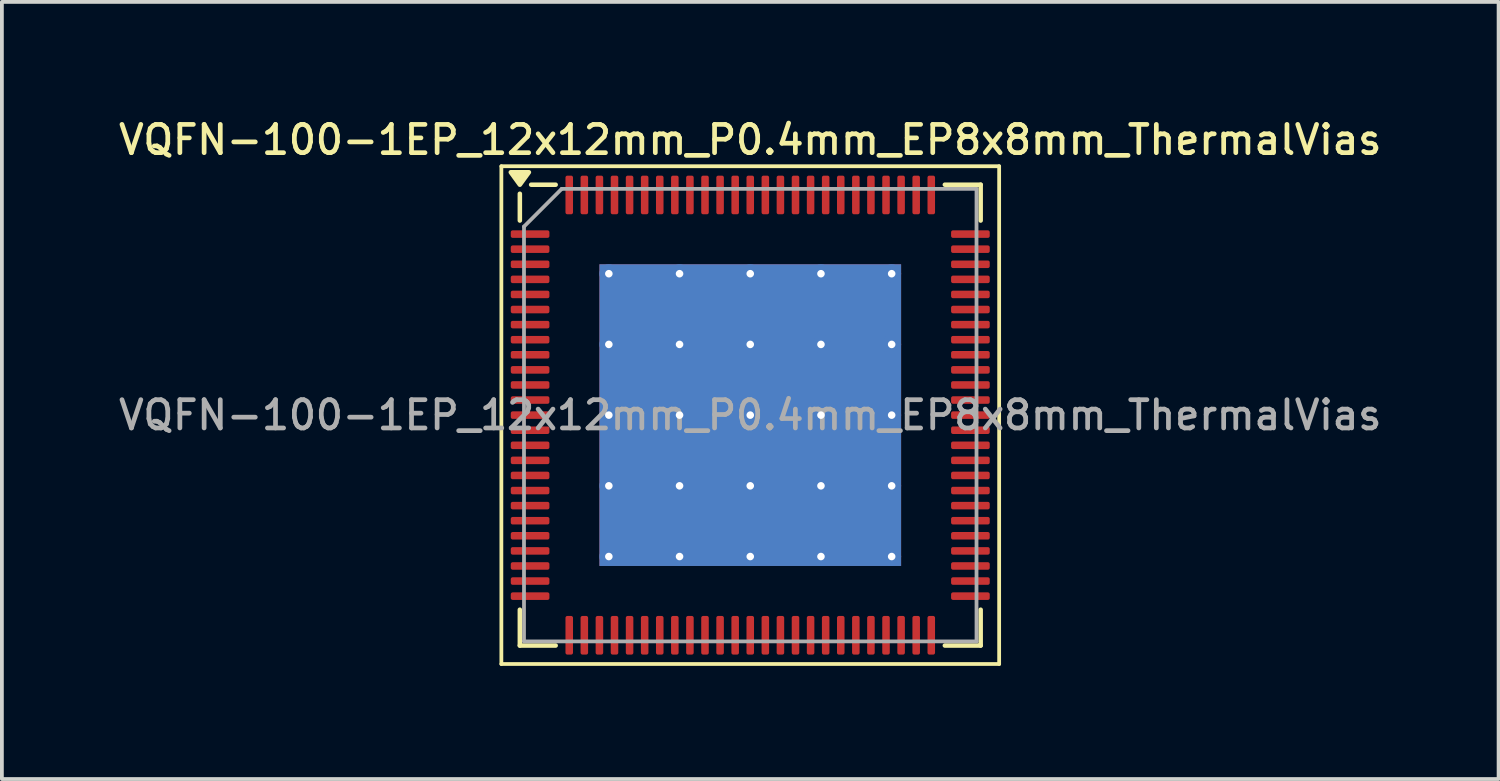
<source format=kicad_pcb>
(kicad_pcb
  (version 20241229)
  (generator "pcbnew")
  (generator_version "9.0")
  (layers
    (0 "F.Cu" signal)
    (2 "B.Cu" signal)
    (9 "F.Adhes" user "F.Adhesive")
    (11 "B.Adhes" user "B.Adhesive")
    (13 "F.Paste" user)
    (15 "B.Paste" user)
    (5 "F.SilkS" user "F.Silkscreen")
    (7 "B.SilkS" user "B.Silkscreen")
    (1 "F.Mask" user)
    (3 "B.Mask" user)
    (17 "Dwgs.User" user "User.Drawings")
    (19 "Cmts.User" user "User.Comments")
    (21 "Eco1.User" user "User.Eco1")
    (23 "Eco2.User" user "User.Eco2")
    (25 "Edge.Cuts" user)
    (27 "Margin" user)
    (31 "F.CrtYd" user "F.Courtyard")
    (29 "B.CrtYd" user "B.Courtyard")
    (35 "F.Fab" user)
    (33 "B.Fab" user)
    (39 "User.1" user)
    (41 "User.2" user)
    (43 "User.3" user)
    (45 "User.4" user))
  (footprint "VQFN-100-1EP_12x12mm_P0.4mm_EP8x8mm_ThermalVias"
    (layer "F.Cu")
    (at 16.845 7.958)
    (property "Reference" "VQFN-100-1EP_12x12mm_P0.4mm_EP8x8mm_ThermalVias" (at 0 -7.3 0) (layer "F.SilkS") (effects (font (size 0.75 0.75) (thickness 0.125))))
    (attr smd)
    (fp_line (start -6.6 -6.6) (end -6.6 6.6) (stroke (width 0.1) (type solid)) (layer "F.SilkS"))
    (fp_line (start -6.6 6.6) (end 6.6 6.6) (stroke (width 0.1) (type solid)) (layer "F.SilkS"))
    (fp_line (start -6.11 -5.16) (end -6.11 -5.87) (stroke (width 0.12) (type solid)) (layer "F.SilkS"))
    (fp_line (start -6.11 6.11) (end -6.11 5.16) (stroke (width 0.12) (type solid)) (layer "F.SilkS"))
    (fp_line (start -5.16 -6.11) (end -5.81 -6.11) (stroke (width 0.12) (type solid)) (layer "F.SilkS"))
    (fp_line (start -5.16 6.11) (end -6.11 6.11) (stroke (width 0.12) (type solid)) (layer "F.SilkS"))
    (fp_line (start 5.16 -6.11) (end 6.11 -6.11) (stroke (width 0.12) (type solid)) (layer "F.SilkS"))
    (fp_line (start 5.16 6.11) (end 6.11 6.11) (stroke (width 0.12) (type solid)) (layer "F.SilkS"))
    (fp_line (start 6.11 -6.11) (end 6.11 -5.16) (stroke (width 0.12) (type solid)) (layer "F.SilkS"))
    (fp_line (start 6.11 6.11) (end 6.11 5.16) (stroke (width 0.12) (type solid)) (layer "F.SilkS"))
    (fp_line (start 6.6 -6.6) (end -6.6 -6.6) (stroke (width 0.1) (type solid)) (layer "F.SilkS"))
    (fp_line (start 6.6 6.6) (end 6.6 -6.6) (stroke (width 0.1) (type solid)) (layer "F.SilkS"))
    (fp_poly (pts (xy -6.11 -6.11) (xy -6.35 -6.44) (xy -5.87 -6.44) (xy -6.11 -6.11)) (stroke (width 0.12) (type solid)) (fill yes) (layer "F.SilkS"))
    (fp_line (start -6 -5) (end -5 -6) (stroke (width 0.1) (type solid)) (layer "F.Fab"))
    (fp_line (start -6 6) (end -6 -5) (stroke (width 0.1) (type solid)) (layer "F.Fab"))
    (fp_line (start -5 -6) (end 6 -6) (stroke (width 0.1) (type solid)) (layer "F.Fab"))
    (fp_line (start 6 -6) (end 6 6) (stroke (width 0.1) (type solid)) (layer "F.Fab"))
    (fp_line (start 6 6) (end -6 6) (stroke (width 0.1) (type solid)) (layer "F.Fab"))
    (fp_text user "${REFERENCE}" (at 0 0 0) (layer "F.Fab") (effects (font (size 0.75 0.75) (thickness 0.125))))
    (pad "" smd roundrect (at -3 -3) (size 1.61 1.61) (layers "F.Paste") (roundrect_rratio 0.155))
    (pad "" smd roundrect (at -3 -1) (size 1.61 1.61) (layers "F.Paste") (roundrect_rratio 0.155))
    (pad "" smd roundrect (at -3 1) (size 1.61 1.61) (layers "F.Paste") (roundrect_rratio 0.155))
    (pad "" smd roundrect (at -3 3) (size 1.61 1.61) (layers "F.Paste") (roundrect_rratio 0.155))
    (pad "" smd roundrect (at -1 -3) (size 1.61 1.61) (layers "F.Paste") (roundrect_rratio 0.155))
    (pad "" smd roundrect (at -1 -1) (size 1.61 1.61) (layers "F.Paste") (roundrect_rratio 0.155))
    (pad "" smd roundrect (at -1 1) (size 1.61 1.61) (layers "F.Paste") (roundrect_rratio 0.155))
    (pad "" smd roundrect (at -1 3) (size 1.61 1.61) (layers "F.Paste") (roundrect_rratio 0.155))
    (pad "" smd roundrect (at 1 -3) (size 1.61 1.61) (layers "F.Paste") (roundrect_rratio 0.155))
    (pad "" smd roundrect (at 1 -1) (size 1.61 1.61) (layers "F.Paste") (roundrect_rratio 0.155))
    (pad "" smd roundrect (at 1 1) (size 1.61 1.61) (layers "F.Paste") (roundrect_rratio 0.155))
    (pad "" smd roundrect (at 1 3) (size 1.61 1.61) (layers "F.Paste") (roundrect_rratio 0.155))
    (pad "" smd roundrect (at 3 -3) (size 1.61 1.61) (layers "F.Paste") (roundrect_rratio 0.155))
    (pad "" smd roundrect (at 3 -1) (size 1.61 1.61) (layers "F.Paste") (roundrect_rratio 0.155))
    (pad "" smd roundrect (at 3 1) (size 1.61 1.61) (layers "F.Paste") (roundrect_rratio 0.155))
    (pad "" smd roundrect (at 3 3) (size 1.61 1.61) (layers "F.Paste") (roundrect_rratio 0.155))
    (pad "1" smd roundrect (at -5.838 -4.8) (size 1.025 0.2) (layers "F.Cu" "F.Mask" "F.Paste") (roundrect_rratio 0.25))
    (pad "2" smd roundrect (at -5.838 -4.4) (size 1.025 0.2) (layers "F.Cu" "F.Mask" "F.Paste") (roundrect_rratio 0.25))
    (pad "3" smd roundrect (at -5.838 -4) (size 1.025 0.2) (layers "F.Cu" "F.Mask" "F.Paste") (roundrect_rratio 0.25))
    (pad "4" smd roundrect (at -5.838 -3.6) (size 1.025 0.2) (layers "F.Cu" "F.Mask" "F.Paste") (roundrect_rratio 0.25))
    (pad "5" smd roundrect (at -5.838 -3.2) (size 1.025 0.2) (layers "F.Cu" "F.Mask" "F.Paste") (roundrect_rratio 0.25))
    (pad "6" smd roundrect (at -5.838 -2.8) (size 1.025 0.2) (layers "F.Cu" "F.Mask" "F.Paste") (roundrect_rratio 0.25))
    (pad "7" smd roundrect (at -5.838 -2.4) (size 1.025 0.2) (layers "F.Cu" "F.Mask" "F.Paste") (roundrect_rratio 0.25))
    (pad "8" smd roundrect (at -5.838 -2) (size 1.025 0.2) (layers "F.Cu" "F.Mask" "F.Paste") (roundrect_rratio 0.25))
    (pad "9" smd roundrect (at -5.838 -1.6) (size 1.025 0.2) (layers "F.Cu" "F.Mask" "F.Paste") (roundrect_rratio 0.25))
    (pad "10" smd roundrect (at -5.838 -1.2) (size 1.025 0.2) (layers "F.Cu" "F.Mask" "F.Paste") (roundrect_rratio 0.25))
    (pad "11" smd roundrect (at -5.838 -0.8) (size 1.025 0.2) (layers "F.Cu" "F.Mask" "F.Paste") (roundrect_rratio 0.25))
    (pad "12" smd roundrect (at -5.838 -0.4) (size 1.025 0.2) (layers "F.Cu" "F.Mask" "F.Paste") (roundrect_rratio 0.25))
    (pad "13" smd roundrect (at -5.838 0) (size 1.025 0.2) (layers "F.Cu" "F.Mask" "F.Paste") (roundrect_rratio 0.25))
    (pad "14" smd roundrect (at -5.838 0.4) (size 1.025 0.2) (layers "F.Cu" "F.Mask" "F.Paste") (roundrect_rratio 0.25))
    (pad "15" smd roundrect (at -5.838 0.8) (size 1.025 0.2) (layers "F.Cu" "F.Mask" "F.Paste") (roundrect_rratio 0.25))
    (pad "16" smd roundrect (at -5.838 1.2) (size 1.025 0.2) (layers "F.Cu" "F.Mask" "F.Paste") (roundrect_rratio 0.25))
    (pad "17" smd roundrect (at -5.838 1.6) (size 1.025 0.2) (layers "F.Cu" "F.Mask" "F.Paste") (roundrect_rratio 0.25))
    (pad "18" smd roundrect (at -5.838 2) (size 1.025 0.2) (layers "F.Cu" "F.Mask" "F.Paste") (roundrect_rratio 0.25))
    (pad "19" smd roundrect (at -5.838 2.4) (size 1.025 0.2) (layers "F.Cu" "F.Mask" "F.Paste") (roundrect_rratio 0.25))
    (pad "20" smd roundrect (at -5.838 2.8) (size 1.025 0.2) (layers "F.Cu" "F.Mask" "F.Paste") (roundrect_rratio 0.25))
    (pad "21" smd roundrect (at -5.838 3.2) (size 1.025 0.2) (layers "F.Cu" "F.Mask" "F.Paste") (roundrect_rratio 0.25))
    (pad "22" smd roundrect (at -5.838 3.6) (size 1.025 0.2) (layers "F.Cu" "F.Mask" "F.Paste") (roundrect_rratio 0.25))
    (pad "23" smd roundrect (at -5.838 4) (size 1.025 0.2) (layers "F.Cu" "F.Mask" "F.Paste") (roundrect_rratio 0.25))
    (pad "24" smd roundrect (at -5.838 4.4) (size 1.025 0.2) (layers "F.Cu" "F.Mask" "F.Paste") (roundrect_rratio 0.25))
    (pad "25" smd roundrect (at -5.838 4.8) (size 1.025 0.2) (layers "F.Cu" "F.Mask" "F.Paste") (roundrect_rratio 0.25))
    (pad "26" smd roundrect (at -4.8 5.838) (size 0.2 1.025) (layers "F.Cu" "F.Mask" "F.Paste") (roundrect_rratio 0.25))
    (pad "27" smd roundrect (at -4.4 5.838) (size 0.2 1.025) (layers "F.Cu" "F.Mask" "F.Paste") (roundrect_rratio 0.25))
    (pad "28" smd roundrect (at -4 5.838) (size 0.2 1.025) (layers "F.Cu" "F.Mask" "F.Paste") (roundrect_rratio 0.25))
    (pad "29" smd roundrect (at -3.6 5.838) (size 0.2 1.025) (layers "F.Cu" "F.Mask" "F.Paste") (roundrect_rratio 0.25))
    (pad "30" smd roundrect (at -3.2 5.838) (size 0.2 1.025) (layers "F.Cu" "F.Mask" "F.Paste") (roundrect_rratio 0.25))
    (pad "31" smd roundrect (at -2.8 5.838) (size 0.2 1.025) (layers "F.Cu" "F.Mask" "F.Paste") (roundrect_rratio 0.25))
    (pad "32" smd roundrect (at -2.4 5.838) (size 0.2 1.025) (layers "F.Cu" "F.Mask" "F.Paste") (roundrect_rratio 0.25))
    (pad "33" smd roundrect (at -2 5.838) (size 0.2 1.025) (layers "F.Cu" "F.Mask" "F.Paste") (roundrect_rratio 0.25))
    (pad "34" smd roundrect (at -1.6 5.838) (size 0.2 1.025) (layers "F.Cu" "F.Mask" "F.Paste") (roundrect_rratio 0.25))
    (pad "35" smd roundrect (at -1.2 5.838) (size 0.2 1.025) (layers "F.Cu" "F.Mask" "F.Paste") (roundrect_rratio 0.25))
    (pad "36" smd roundrect (at -0.8 5.838) (size 0.2 1.025) (layers "F.Cu" "F.Mask" "F.Paste") (roundrect_rratio 0.25))
    (pad "37" smd roundrect (at -0.4 5.838) (size 0.2 1.025) (layers "F.Cu" "F.Mask" "F.Paste") (roundrect_rratio 0.25))
    (pad "38" smd roundrect (at 0 5.838) (size 0.2 1.025) (layers "F.Cu" "F.Mask" "F.Paste") (roundrect_rratio 0.25))
    (pad "39" smd roundrect (at 0.4 5.838) (size 0.2 1.025) (layers "F.Cu" "F.Mask" "F.Paste") (roundrect_rratio 0.25))
    (pad "40" smd roundrect (at 0.8 5.838) (size 0.2 1.025) (layers "F.Cu" "F.Mask" "F.Paste") (roundrect_rratio 0.25))
    (pad "41" smd roundrect (at 1.2 5.838) (size 0.2 1.025) (layers "F.Cu" "F.Mask" "F.Paste") (roundrect_rratio 0.25))
    (pad "42" smd roundrect (at 1.6 5.838) (size 0.2 1.025) (layers "F.Cu" "F.Mask" "F.Paste") (roundrect_rratio 0.25))
    (pad "43" smd roundrect (at 2 5.838) (size 0.2 1.025) (layers "F.Cu" "F.Mask" "F.Paste") (roundrect_rratio 0.25))
    (pad "44" smd roundrect (at 2.4 5.838) (size 0.2 1.025) (layers "F.Cu" "F.Mask" "F.Paste") (roundrect_rratio 0.25))
    (pad "45" smd roundrect (at 2.8 5.838) (size 0.2 1.025) (layers "F.Cu" "F.Mask" "F.Paste") (roundrect_rratio 0.25))
    (pad "46" smd roundrect (at 3.2 5.838) (size 0.2 1.025) (layers "F.Cu" "F.Mask" "F.Paste") (roundrect_rratio 0.25))
    (pad "47" smd roundrect (at 3.6 5.838) (size 0.2 1.025) (layers "F.Cu" "F.Mask" "F.Paste") (roundrect_rratio 0.25))
    (pad "48" smd roundrect (at 4 5.838) (size 0.2 1.025) (layers "F.Cu" "F.Mask" "F.Paste") (roundrect_rratio 0.25))
    (pad "49" smd roundrect (at 4.4 5.838) (size 0.2 1.025) (layers "F.Cu" "F.Mask" "F.Paste") (roundrect_rratio 0.25))
    (pad "50" smd roundrect (at 4.8 5.838) (size 0.2 1.025) (layers "F.Cu" "F.Mask" "F.Paste") (roundrect_rratio 0.25))
    (pad "51" smd roundrect (at 5.838 4.8) (size 1.025 0.2) (layers "F.Cu" "F.Mask" "F.Paste") (roundrect_rratio 0.25))
    (pad "52" smd roundrect (at 5.838 4.4) (size 1.025 0.2) (layers "F.Cu" "F.Mask" "F.Paste") (roundrect_rratio 0.25))
    (pad "53" smd roundrect (at 5.838 4) (size 1.025 0.2) (layers "F.Cu" "F.Mask" "F.Paste") (roundrect_rratio 0.25))
    (pad "54" smd roundrect (at 5.838 3.6) (size 1.025 0.2) (layers "F.Cu" "F.Mask" "F.Paste") (roundrect_rratio 0.25))
    (pad "55" smd roundrect (at 5.838 3.2) (size 1.025 0.2) (layers "F.Cu" "F.Mask" "F.Paste") (roundrect_rratio 0.25))
    (pad "56" smd roundrect (at 5.838 2.8) (size 1.025 0.2) (layers "F.Cu" "F.Mask" "F.Paste") (roundrect_rratio 0.25))
    (pad "57" smd roundrect (at 5.838 2.4) (size 1.025 0.2) (layers "F.Cu" "F.Mask" "F.Paste") (roundrect_rratio 0.25))
    (pad "58" smd roundrect (at 5.838 2) (size 1.025 0.2) (layers "F.Cu" "F.Mask" "F.Paste") (roundrect_rratio 0.25))
    (pad "59" smd roundrect (at 5.838 1.6) (size 1.025 0.2) (layers "F.Cu" "F.Mask" "F.Paste") (roundrect_rratio 0.25))
    (pad "60" smd roundrect (at 5.838 1.2) (size 1.025 0.2) (layers "F.Cu" "F.Mask" "F.Paste") (roundrect_rratio 0.25))
    (pad "61" smd roundrect (at 5.838 0.8) (size 1.025 0.2) (layers "F.Cu" "F.Mask" "F.Paste") (roundrect_rratio 0.25))
    (pad "62" smd roundrect (at 5.838 0.4) (size 1.025 0.2) (layers "F.Cu" "F.Mask" "F.Paste") (roundrect_rratio 0.25))
    (pad "63" smd roundrect (at 5.838 0) (size 1.025 0.2) (layers "F.Cu" "F.Mask" "F.Paste") (roundrect_rratio 0.25))
    (pad "64" smd roundrect (at 5.838 -0.4) (size 1.025 0.2) (layers "F.Cu" "F.Mask" "F.Paste") (roundrect_rratio 0.25))
    (pad "65" smd roundrect (at 5.838 -0.8) (size 1.025 0.2) (layers "F.Cu" "F.Mask" "F.Paste") (roundrect_rratio 0.25))
    (pad "66" smd roundrect (at 5.838 -1.2) (size 1.025 0.2) (layers "F.Cu" "F.Mask" "F.Paste") (roundrect_rratio 0.25))
    (pad "67" smd roundrect (at 5.838 -1.6) (size 1.025 0.2) (layers "F.Cu" "F.Mask" "F.Paste") (roundrect_rratio 0.25))
    (pad "68" smd roundrect (at 5.838 -2) (size 1.025 0.2) (layers "F.Cu" "F.Mask" "F.Paste") (roundrect_rratio 0.25))
    (pad "69" smd roundrect (at 5.838 -2.4) (size 1.025 0.2) (layers "F.Cu" "F.Mask" "F.Paste") (roundrect_rratio 0.25))
    (pad "70" smd roundrect (at 5.838 -2.8) (size 1.025 0.2) (layers "F.Cu" "F.Mask" "F.Paste") (roundrect_rratio 0.25))
    (pad "71" smd roundrect (at 5.838 -3.2) (size 1.025 0.2) (layers "F.Cu" "F.Mask" "F.Paste") (roundrect_rratio 0.25))
    (pad "72" smd roundrect (at 5.838 -3.6) (size 1.025 0.2) (layers "F.Cu" "F.Mask" "F.Paste") (roundrect_rratio 0.25))
    (pad "73" smd roundrect (at 5.838 -4) (size 1.025 0.2) (layers "F.Cu" "F.Mask" "F.Paste") (roundrect_rratio 0.25))
    (pad "74" smd roundrect (at 5.838 -4.4) (size 1.025 0.2) (layers "F.Cu" "F.Mask" "F.Paste") (roundrect_rratio 0.25))
    (pad "75" smd roundrect (at 5.838 -4.8) (size 1.025 0.2) (layers "F.Cu" "F.Mask" "F.Paste") (roundrect_rratio 0.25))
    (pad "76" smd roundrect (at 4.8 -5.838) (size 0.2 1.025) (layers "F.Cu" "F.Mask" "F.Paste") (roundrect_rratio 0.25))
    (pad "77" smd roundrect (at 4.4 -5.838) (size 0.2 1.025) (layers "F.Cu" "F.Mask" "F.Paste") (roundrect_rratio 0.25))
    (pad "78" smd roundrect (at 4 -5.838) (size 0.2 1.025) (layers "F.Cu" "F.Mask" "F.Paste") (roundrect_rratio 0.25))
    (pad "79" smd roundrect (at 3.6 -5.838) (size 0.2 1.025) (layers "F.Cu" "F.Mask" "F.Paste") (roundrect_rratio 0.25))
    (pad "80" smd roundrect (at 3.2 -5.838) (size 0.2 1.025) (layers "F.Cu" "F.Mask" "F.Paste") (roundrect_rratio 0.25))
    (pad "81" smd roundrect (at 2.8 -5.838) (size 0.2 1.025) (layers "F.Cu" "F.Mask" "F.Paste") (roundrect_rratio 0.25))
    (pad "82" smd roundrect (at 2.4 -5.838) (size 0.2 1.025) (layers "F.Cu" "F.Mask" "F.Paste") (roundrect_rratio 0.25))
    (pad "83" smd roundrect (at 2 -5.838) (size 0.2 1.025) (layers "F.Cu" "F.Mask" "F.Paste") (roundrect_rratio 0.25))
    (pad "84" smd roundrect (at 1.6 -5.838) (size 0.2 1.025) (layers "F.Cu" "F.Mask" "F.Paste") (roundrect_rratio 0.25))
    (pad "85" smd roundrect (at 1.2 -5.838) (size 0.2 1.025) (layers "F.Cu" "F.Mask" "F.Paste") (roundrect_rratio 0.25))
    (pad "86" smd roundrect (at 0.8 -5.838) (size 0.2 1.025) (layers "F.Cu" "F.Mask" "F.Paste") (roundrect_rratio 0.25))
    (pad "87" smd roundrect (at 0.4 -5.838) (size 0.2 1.025) (layers "F.Cu" "F.Mask" "F.Paste") (roundrect_rratio 0.25))
    (pad "88" smd roundrect (at 0 -5.838) (size 0.2 1.025) (layers "F.Cu" "F.Mask" "F.Paste") (roundrect_rratio 0.25))
    (pad "89" smd roundrect (at -0.4 -5.838) (size 0.2 1.025) (layers "F.Cu" "F.Mask" "F.Paste") (roundrect_rratio 0.25))
    (pad "90" smd roundrect (at -0.8 -5.838) (size 0.2 1.025) (layers "F.Cu" "F.Mask" "F.Paste") (roundrect_rratio 0.25))
    (pad "91" smd roundrect (at -1.2 -5.838) (size 0.2 1.025) (layers "F.Cu" "F.Mask" "F.Paste") (roundrect_rratio 0.25))
    (pad "92" smd roundrect (at -1.6 -5.838) (size 0.2 1.025) (layers "F.Cu" "F.Mask" "F.Paste") (roundrect_rratio 0.25))
    (pad "93" smd roundrect (at -2 -5.838) (size 0.2 1.025) (layers "F.Cu" "F.Mask" "F.Paste") (roundrect_rratio 0.25))
    (pad "94" smd roundrect (at -2.4 -5.838) (size 0.2 1.025) (layers "F.Cu" "F.Mask" "F.Paste") (roundrect_rratio 0.25))
    (pad "95" smd roundrect (at -2.8 -5.838) (size 0.2 1.025) (layers "F.Cu" "F.Mask" "F.Paste") (roundrect_rratio 0.25))
    (pad "96" smd roundrect (at -3.2 -5.838) (size 0.2 1.025) (layers "F.Cu" "F.Mask" "F.Paste") (roundrect_rratio 0.25))
    (pad "97" smd roundrect (at -3.6 -5.838) (size 0.2 1.025) (layers "F.Cu" "F.Mask" "F.Paste") (roundrect_rratio 0.25))
    (pad "98" smd roundrect (at -4 -5.838) (size 0.2 1.025) (layers "F.Cu" "F.Mask" "F.Paste") (roundrect_rratio 0.25))
    (pad "99" smd roundrect (at -4.4 -5.838) (size 0.2 1.025) (layers "F.Cu" "F.Mask" "F.Paste") (roundrect_rratio 0.25))
    (pad "100" smd roundrect (at -4.8 -5.838) (size 0.2 1.025) (layers "F.Cu" "F.Mask" "F.Paste") (roundrect_rratio 0.25))
    (pad "101" thru_hole circle (at -3.75 -3.75) (size 0.5 0.5) (drill 0.2) (property pad_prop_heatsink) (layers "*.Cu"))
    (pad "101" thru_hole circle (at -3.75 -1.875) (size 0.5 0.5) (drill 0.2) (property pad_prop_heatsink) (layers "*.Cu"))
    (pad "101" thru_hole circle (at -3.75 0) (size 0.5 0.5) (drill 0.2) (property pad_prop_heatsink) (layers "*.Cu"))
    (pad "101" thru_hole circle (at -3.75 1.875) (size 0.5 0.5) (drill 0.2) (property pad_prop_heatsink) (layers "*.Cu"))
    (pad "101" thru_hole circle (at -3.75 3.75) (size 0.5 0.5) (drill 0.2) (property pad_prop_heatsink) (layers "*.Cu"))
    (pad "101" thru_hole circle (at -1.875 -3.75) (size 0.5 0.5) (drill 0.2) (property pad_prop_heatsink) (layers "*.Cu"))
    (pad "101" thru_hole circle (at -1.875 -1.875) (size 0.5 0.5) (drill 0.2) (property pad_prop_heatsink) (layers "*.Cu"))
    (pad "101" thru_hole circle (at -1.875 0) (size 0.5 0.5) (drill 0.2) (property pad_prop_heatsink) (layers "*.Cu"))
    (pad "101" thru_hole circle (at -1.875 1.875) (size 0.5 0.5) (drill 0.2) (property pad_prop_heatsink) (layers "*.Cu"))
    (pad "101" thru_hole circle (at -1.875 3.75) (size 0.5 0.5) (drill 0.2) (property pad_prop_heatsink) (layers "*.Cu"))
    (pad "101" thru_hole circle (at 0 -3.75) (size 0.5 0.5) (drill 0.2) (property pad_prop_heatsink) (layers "*.Cu"))
    (pad "101" thru_hole circle (at 0 -1.875) (size 0.5 0.5) (drill 0.2) (property pad_prop_heatsink) (layers "*.Cu"))
    (pad "101" thru_hole circle (at 0 0) (size 0.5 0.5) (drill 0.2) (property pad_prop_heatsink) (layers "*.Cu"))
    (pad "101" smd rect (at 0 0) (size 8 8) (property pad_prop_heatsink) (layers "F.Cu" "F.Mask"))
    (pad "101" smd rect (at 0 0) (size 8 8) (property pad_prop_heatsink) (layers "B.Cu"))
    (pad "101" thru_hole circle (at 0 1.875) (size 0.5 0.5) (drill 0.2) (property pad_prop_heatsink) (layers "*.Cu"))
    (pad "101" thru_hole circle (at 0 3.75) (size 0.5 0.5) (drill 0.2) (property pad_prop_heatsink) (layers "*.Cu"))
    (pad "101" thru_hole circle (at 1.875 -3.75) (size 0.5 0.5) (drill 0.2) (property pad_prop_heatsink) (layers "*.Cu"))
    (pad "101" thru_hole circle (at 1.875 -1.875) (size 0.5 0.5) (drill 0.2) (property pad_prop_heatsink) (layers "*.Cu"))
    (pad "101" thru_hole circle (at 1.875 0) (size 0.5 0.5) (drill 0.2) (property pad_prop_heatsink) (layers "*.Cu"))
    (pad "101" thru_hole circle (at 1.875 1.875) (size 0.5 0.5) (drill 0.2) (property pad_prop_heatsink) (layers "*.Cu"))
    (pad "101" thru_hole circle (at 1.875 3.75) (size 0.5 0.5) (drill 0.2) (property pad_prop_heatsink) (layers "*.Cu"))
    (pad "101" thru_hole circle (at 3.75 -3.75) (size 0.5 0.5) (drill 0.2) (property pad_prop_heatsink) (layers "*.Cu"))
    (pad "101" thru_hole circle (at 3.75 -1.875) (size 0.5 0.5) (drill 0.2) (property pad_prop_heatsink) (layers "*.Cu"))
    (pad "101" thru_hole circle (at 3.75 0) (size 0.5 0.5) (drill 0.2) (property pad_prop_heatsink) (layers "*.Cu"))
    (pad "101" thru_hole circle (at 3.75 1.875) (size 0.5 0.5) (drill 0.2) (property pad_prop_heatsink) (layers "*.Cu"))
    (pad "101" thru_hole circle (at 3.75 3.75) (size 0.5 0.5) (drill 0.2) (property pad_prop_heatsink) (layers "*.Cu")))
  (gr_rect
    (start -3 -3)
    (end 36.689 17.608)
    (stroke (width 0.1) (type default))
    (fill no)
    (layer "Edge.Cuts")))
</source>
